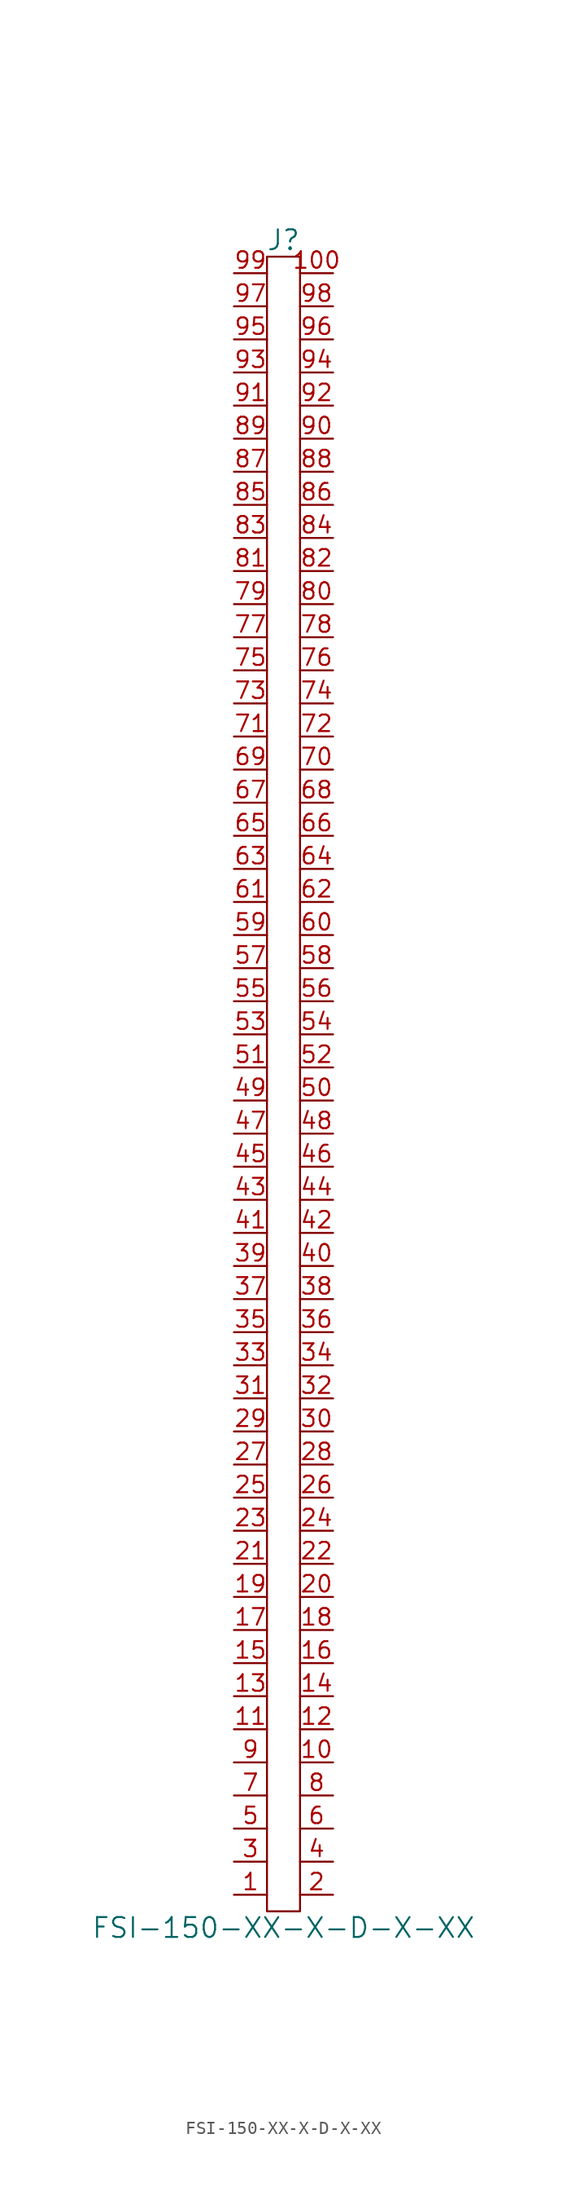
<source format=kicad_sym>
(kicad_symbol_lib
  (version 20241209)
  (generator "kicad_symbol_editor")
  (generator_version "9.0")
  (symbol "FSI-150-XX-X-D-X-XX"
    (property "Reference" "J"
      (at 0 64.77 0)
      (effects (font (size 1.524 1.524))))
    (property "Value" "FSI-150-XX-X-D-X-XX"
      (at 0 -64.77 0)
      (effects (font (size 1.524 1.524))))
    (symbol "FSI-150-XX-X-D-X-XX_0_1"
      (rectangle (start -1.27 63.5) (end 1.27 -63.5) (stroke (width 0) (type default)) (fill (type none))))
    (symbol "FSI-150-XX-X-D-X-XX_1_1"
      (pin passive line (at -3.81 62.23 0) (length 2.54) (name "~" (effects (font (size 1.27 1.27)))) (number "99" (effects (font (size 1.27 1.27)))))
      (pin passive line (at -3.81 59.69 0) (length 2.54) (name "~" (effects (font (size 1.27 1.27)))) (number "97" (effects (font (size 1.27 1.27)))))
      (pin passive line (at -3.81 57.15 0) (length 2.54) (name "~" (effects (font (size 1.27 1.27)))) (number "95" (effects (font (size 1.27 1.27)))))
      (pin passive line (at -3.81 54.61 0) (length 2.54) (name "~" (effects (font (size 1.27 1.27)))) (number "93" (effects (font (size 1.27 1.27)))))
      (pin passive line (at -3.81 52.07 0) (length 2.54) (name "~" (effects (font (size 1.27 1.27)))) (number "91" (effects (font (size 1.27 1.27)))))
      (pin passive line (at -3.81 49.53 0) (length 2.54) (name "~" (effects (font (size 1.27 1.27)))) (number "89" (effects (font (size 1.27 1.27)))))
      (pin passive line (at -3.81 46.99 0) (length 2.54) (name "~" (effects (font (size 1.27 1.27)))) (number "87" (effects (font (size 1.27 1.27)))))
      (pin passive line (at -3.81 44.45 0) (length 2.54) (name "~" (effects (font (size 1.27 1.27)))) (number "85" (effects (font (size 1.27 1.27)))))
      (pin passive line (at -3.81 41.91 0) (length 2.54) (name "~" (effects (font (size 1.27 1.27)))) (number "83" (effects (font (size 1.27 1.27)))))
      (pin passive line (at -3.81 39.37 0) (length 2.54) (name "~" (effects (font (size 1.27 1.27)))) (number "81" (effects (font (size 1.27 1.27)))))
      (pin passive line (at -3.81 36.83 0) (length 2.54) (name "~" (effects (font (size 1.27 1.27)))) (number "79" (effects (font (size 1.27 1.27)))))
      (pin passive line (at -3.81 34.29 0) (length 2.54) (name "~" (effects (font (size 1.27 1.27)))) (number "77" (effects (font (size 1.27 1.27)))))
      (pin passive line (at -3.81 31.75 0) (length 2.54) (name "~" (effects (font (size 1.27 1.27)))) (number "75" (effects (font (size 1.27 1.27)))))
      (pin passive line (at -3.81 29.21 0) (length 2.54) (name "~" (effects (font (size 1.27 1.27)))) (number "73" (effects (font (size 1.27 1.27)))))
      (pin passive line (at -3.81 26.67 0) (length 2.54) (name "~" (effects (font (size 1.27 1.27)))) (number "71" (effects (font (size 1.27 1.27)))))
      (pin passive line (at -3.81 24.13 0) (length 2.54) (name "~" (effects (font (size 1.27 1.27)))) (number "69" (effects (font (size 1.27 1.27)))))
      (pin passive line (at -3.81 21.59 0) (length 2.54) (name "~" (effects (font (size 1.27 1.27)))) (number "67" (effects (font (size 1.27 1.27)))))
      (pin passive line (at -3.81 19.05 0) (length 2.54) (name "~" (effects (font (size 1.27 1.27)))) (number "65" (effects (font (size 1.27 1.27)))))
      (pin passive line (at -3.81 16.51 0) (length 2.54) (name "~" (effects (font (size 1.27 1.27)))) (number "63" (effects (font (size 1.27 1.27)))))
      (pin passive line (at -3.81 13.97 0) (length 2.54) (name "~" (effects (font (size 1.27 1.27)))) (number "61" (effects (font (size 1.27 1.27)))))
      (pin passive line (at -3.81 11.43 0) (length 2.54) (name "~" (effects (font (size 1.27 1.27)))) (number "59" (effects (font (size 1.27 1.27)))))
      (pin passive line (at -3.81 8.89 0) (length 2.54) (name "~" (effects (font (size 1.27 1.27)))) (number "57" (effects (font (size 1.27 1.27)))))
      (pin passive line (at -3.81 6.35 0) (length 2.54) (name "~" (effects (font (size 1.27 1.27)))) (number "55" (effects (font (size 1.27 1.27)))))
      (pin passive line (at -3.81 3.81 0) (length 2.54) (name "~" (effects (font (size 1.27 1.27)))) (number "53" (effects (font (size 1.27 1.27)))))
      (pin passive line (at -3.81 1.27 0) (length 2.54) (name "~" (effects (font (size 1.27 1.27)))) (number "51" (effects (font (size 1.27 1.27)))))
      (pin passive line (at -3.81 -1.27 0) (length 2.54) (name "~" (effects (font (size 1.27 1.27)))) (number "49" (effects (font (size 1.27 1.27)))))
      (pin passive line (at -3.81 -3.81 0) (length 2.54) (name "~" (effects (font (size 1.27 1.27)))) (number "47" (effects (font (size 1.27 1.27)))))
      (pin passive line (at -3.81 -6.35 0) (length 2.54) (name "~" (effects (font (size 1.27 1.27)))) (number "45" (effects (font (size 1.27 1.27)))))
      (pin passive line (at -3.81 -8.89 0) (length 2.54) (name "~" (effects (font (size 1.27 1.27)))) (number "43" (effects (font (size 1.27 1.27)))))
      (pin passive line (at -3.81 -11.43 0) (length 2.54) (name "~" (effects (font (size 1.27 1.27)))) (number "41" (effects (font (size 1.27 1.27)))))
      (pin passive line (at -3.81 -13.97 0) (length 2.54) (name "~" (effects (font (size 1.27 1.27)))) (number "39" (effects (font (size 1.27 1.27)))))
      (pin passive line (at -3.81 -16.51 0) (length 2.54) (name "~" (effects (font (size 1.27 1.27)))) (number "37" (effects (font (size 1.27 1.27)))))
      (pin passive line (at -3.81 -19.05 0) (length 2.54) (name "~" (effects (font (size 1.27 1.27)))) (number "35" (effects (font (size 1.27 1.27)))))
      (pin passive line (at -3.81 -21.59 0) (length 2.54) (name "~" (effects (font (size 1.27 1.27)))) (number "33" (effects (font (size 1.27 1.27)))))
      (pin passive line (at -3.81 -24.13 0) (length 2.54) (name "~" (effects (font (size 1.27 1.27)))) (number "31" (effects (font (size 1.27 1.27)))))
      (pin passive line (at -3.81 -26.67 0) (length 2.54) (name "~" (effects (font (size 1.27 1.27)))) (number "29" (effects (font (size 1.27 1.27)))))
      (pin passive line (at -3.81 -29.21 0) (length 2.54) (name "~" (effects (font (size 1.27 1.27)))) (number "27" (effects (font (size 1.27 1.27)))))
      (pin passive line (at -3.81 -31.75 0) (length 2.54) (name "~" (effects (font (size 1.27 1.27)))) (number "25" (effects (font (size 1.27 1.27)))))
      (pin passive line (at -3.81 -34.29 0) (length 2.54) (name "~" (effects (font (size 1.27 1.27)))) (number "23" (effects (font (size 1.27 1.27)))))
      (pin passive line (at -3.81 -36.83 0) (length 2.54) (name "~" (effects (font (size 1.27 1.27)))) (number "21" (effects (font (size 1.27 1.27)))))
      (pin passive line (at -3.81 -39.37 0) (length 2.54) (name "~" (effects (font (size 1.27 1.27)))) (number "19" (effects (font (size 1.27 1.27)))))
      (pin passive line (at -3.81 -41.91 0) (length 2.54) (name "~" (effects (font (size 1.27 1.27)))) (number "17" (effects (font (size 1.27 1.27)))))
      (pin passive line (at -3.81 -44.45 0) (length 2.54) (name "~" (effects (font (size 1.27 1.27)))) (number "15" (effects (font (size 1.27 1.27)))))
      (pin passive line (at -3.81 -46.99 0) (length 2.54) (name "~" (effects (font (size 1.27 1.27)))) (number "13" (effects (font (size 1.27 1.27)))))
      (pin passive line (at -3.81 -49.53 0) (length 2.54) (name "~" (effects (font (size 1.27 1.27)))) (number "11" (effects (font (size 1.27 1.27)))))
      (pin passive line (at -3.81 -52.07 0) (length 2.54) (name "~" (effects (font (size 1.27 1.27)))) (number "9" (effects (font (size 1.27 1.27)))))
      (pin passive line (at -3.81 -54.61 0) (length 2.54) (name "~" (effects (font (size 1.27 1.27)))) (number "7" (effects (font (size 1.27 1.27)))))
      (pin passive line (at -3.81 -57.15 0) (length 2.54) (name "~" (effects (font (size 1.27 1.27)))) (number "5" (effects (font (size 1.27 1.27)))))
      (pin passive line (at -3.81 -59.69 0) (length 2.54) (name "~" (effects (font (size 1.27 1.27)))) (number "3" (effects (font (size 1.27 1.27)))))
      (pin passive line (at -3.81 -62.23 0) (length 2.54) (name "~" (effects (font (size 1.27 1.27)))) (number "1" (effects (font (size 1.27 1.27)))))
      (pin passive line (at 3.81 62.23 180) (length 2.54) (name "~" (effects (font (size 1.27 1.27)))) (number "100" (effects (font (size 1.27 1.27)))))
      (pin passive line (at 3.81 59.69 180) (length 2.54) (name "~" (effects (font (size 1.27 1.27)))) (number "98" (effects (font (size 1.27 1.27)))))
      (pin passive line (at 3.81 57.15 180) (length 2.54) (name "~" (effects (font (size 1.27 1.27)))) (number "96" (effects (font (size 1.27 1.27)))))
      (pin passive line (at 3.81 54.61 180) (length 2.54) (name "~" (effects (font (size 1.27 1.27)))) (number "94" (effects (font (size 1.27 1.27)))))
      (pin passive line (at 3.81 52.07 180) (length 2.54) (name "~" (effects (font (size 1.27 1.27)))) (number "92" (effects (font (size 1.27 1.27)))))
      (pin passive line (at 3.81 49.53 180) (length 2.54) (name "~" (effects (font (size 1.27 1.27)))) (number "90" (effects (font (size 1.27 1.27)))))
      (pin passive line (at 3.81 46.99 180) (length 2.54) (name "~" (effects (font (size 1.27 1.27)))) (number "88" (effects (font (size 1.27 1.27)))))
      (pin passive line (at 3.81 44.45 180) (length 2.54) (name "~" (effects (font (size 1.27 1.27)))) (number "86" (effects (font (size 1.27 1.27)))))
      (pin passive line (at 3.81 41.91 180) (length 2.54) (name "~" (effects (font (size 1.27 1.27)))) (number "84" (effects (font (size 1.27 1.27)))))
      (pin passive line (at 3.81 39.37 180) (length 2.54) (name "~" (effects (font (size 1.27 1.27)))) (number "82" (effects (font (size 1.27 1.27)))))
      (pin passive line (at 3.81 36.83 180) (length 2.54) (name "~" (effects (font (size 1.27 1.27)))) (number "80" (effects (font (size 1.27 1.27)))))
      (pin passive line (at 3.81 34.29 180) (length 2.54) (name "~" (effects (font (size 1.27 1.27)))) (number "78" (effects (font (size 1.27 1.27)))))
      (pin passive line (at 3.81 31.75 180) (length 2.54) (name "~" (effects (font (size 1.27 1.27)))) (number "76" (effects (font (size 1.27 1.27)))))
      (pin passive line (at 3.81 29.21 180) (length 2.54) (name "~" (effects (font (size 1.27 1.27)))) (number "74" (effects (font (size 1.27 1.27)))))
      (pin passive line (at 3.81 26.67 180) (length 2.54) (name "~" (effects (font (size 1.27 1.27)))) (number "72" (effects (font (size 1.27 1.27)))))
      (pin passive line (at 3.81 24.13 180) (length 2.54) (name "~" (effects (font (size 1.27 1.27)))) (number "70" (effects (font (size 1.27 1.27)))))
      (pin passive line (at 3.81 21.59 180) (length 2.54) (name "~" (effects (font (size 1.27 1.27)))) (number "68" (effects (font (size 1.27 1.27)))))
      (pin passive line (at 3.81 19.05 180) (length 2.54) (name "~" (effects (font (size 1.27 1.27)))) (number "66" (effects (font (size 1.27 1.27)))))
      (pin passive line (at 3.81 16.51 180) (length 2.54) (name "~" (effects (font (size 1.27 1.27)))) (number "64" (effects (font (size 1.27 1.27)))))
      (pin passive line (at 3.81 13.97 180) (length 2.54) (name "~" (effects (font (size 1.27 1.27)))) (number "62" (effects (font (size 1.27 1.27)))))
      (pin passive line (at 3.81 11.43 180) (length 2.54) (name "~" (effects (font (size 1.27 1.27)))) (number "60" (effects (font (size 1.27 1.27)))))
      (pin passive line (at 3.81 8.89 180) (length 2.54) (name "~" (effects (font (size 1.27 1.27)))) (number "58" (effects (font (size 1.27 1.27)))))
      (pin passive line (at 3.81 6.35 180) (length 2.54) (name "~" (effects (font (size 1.27 1.27)))) (number "56" (effects (font (size 1.27 1.27)))))
      (pin passive line (at 3.81 3.81 180) (length 2.54) (name "~" (effects (font (size 1.27 1.27)))) (number "54" (effects (font (size 1.27 1.27)))))
      (pin passive line (at 3.81 1.27 180) (length 2.54) (name "~" (effects (font (size 1.27 1.27)))) (number "52" (effects (font (size 1.27 1.27)))))
      (pin passive line (at 3.81 -1.27 180) (length 2.54) (name "~" (effects (font (size 1.27 1.27)))) (number "50" (effects (font (size 1.27 1.27)))))
      (pin passive line (at 3.81 -3.81 180) (length 2.54) (name "~" (effects (font (size 1.27 1.27)))) (number "48" (effects (font (size 1.27 1.27)))))
      (pin passive line (at 3.81 -6.35 180) (length 2.54) (name "~" (effects (font (size 1.27 1.27)))) (number "46" (effects (font (size 1.27 1.27)))))
      (pin passive line (at 3.81 -8.89 180) (length 2.54) (name "~" (effects (font (size 1.27 1.27)))) (number "44" (effects (font (size 1.27 1.27)))))
      (pin passive line (at 3.81 -11.43 180) (length 2.54) (name "~" (effects (font (size 1.27 1.27)))) (number "42" (effects (font (size 1.27 1.27)))))
      (pin passive line (at 3.81 -13.97 180) (length 2.54) (name "~" (effects (font (size 1.27 1.27)))) (number "40" (effects (font (size 1.27 1.27)))))
      (pin passive line (at 3.81 -16.51 180) (length 2.54) (name "~" (effects (font (size 1.27 1.27)))) (number "38" (effects (font (size 1.27 1.27)))))
      (pin passive line (at 3.81 -19.05 180) (length 2.54) (name "~" (effects (font (size 1.27 1.27)))) (number "36" (effects (font (size 1.27 1.27)))))
      (pin passive line (at 3.81 -21.59 180) (length 2.54) (name "~" (effects (font (size 1.27 1.27)))) (number "34" (effects (font (size 1.27 1.27)))))
      (pin passive line (at 3.81 -24.13 180) (length 2.54) (name "~" (effects (font (size 1.27 1.27)))) (number "32" (effects (font (size 1.27 1.27)))))
      (pin passive line (at 3.81 -26.67 180) (length 2.54) (name "~" (effects (font (size 1.27 1.27)))) (number "30" (effects (font (size 1.27 1.27)))))
      (pin passive line (at 3.81 -29.21 180) (length 2.54) (name "~" (effects (font (size 1.27 1.27)))) (number "28" (effects (font (size 1.27 1.27)))))
      (pin passive line (at 3.81 -31.75 180) (length 2.54) (name "~" (effects (font (size 1.27 1.27)))) (number "26" (effects (font (size 1.27 1.27)))))
      (pin passive line (at 3.81 -34.29 180) (length 2.54) (name "~" (effects (font (size 1.27 1.27)))) (number "24" (effects (font (size 1.27 1.27)))))
      (pin passive line (at 3.81 -36.83 180) (length 2.54) (name "~" (effects (font (size 1.27 1.27)))) (number "22" (effects (font (size 1.27 1.27)))))
      (pin passive line (at 3.81 -39.37 180) (length 2.54) (name "~" (effects (font (size 1.27 1.27)))) (number "20" (effects (font (size 1.27 1.27)))))
      (pin passive line (at 3.81 -41.91 180) (length 2.54) (name "~" (effects (font (size 1.27 1.27)))) (number "18" (effects (font (size 1.27 1.27)))))
      (pin passive line (at 3.81 -44.45 180) (length 2.54) (name "~" (effects (font (size 1.27 1.27)))) (number "16" (effects (font (size 1.27 1.27)))))
      (pin passive line (at 3.81 -46.99 180) (length 2.54) (name "~" (effects (font (size 1.27 1.27)))) (number "14" (effects (font (size 1.27 1.27)))))
      (pin passive line (at 3.81 -49.53 180) (length 2.54) (name "~" (effects (font (size 1.27 1.27)))) (number "12" (effects (font (size 1.27 1.27)))))
      (pin passive line (at 3.81 -52.07 180) (length 2.54) (name "~" (effects (font (size 1.27 1.27)))) (number "10" (effects (font (size 1.27 1.27)))))
      (pin passive line (at 3.81 -54.61 180) (length 2.54) (name "~" (effects (font (size 1.27 1.27)))) (number "8" (effects (font (size 1.27 1.27)))))
      (pin passive line (at 3.81 -57.15 180) (length 2.54) (name "~" (effects (font (size 1.27 1.27)))) (number "6" (effects (font (size 1.27 1.27)))))
      (pin passive line (at 3.81 -59.69 180) (length 2.54) (name "~" (effects (font (size 1.27 1.27)))) (number "4" (effects (font (size 1.27 1.27)))))
      (pin passive line (at 3.81 -62.23 180) (length 2.54) (name "~" (effects (font (size 1.27 1.27)))) (number "2" (effects (font (size 1.27 1.27))))))))
</source>
